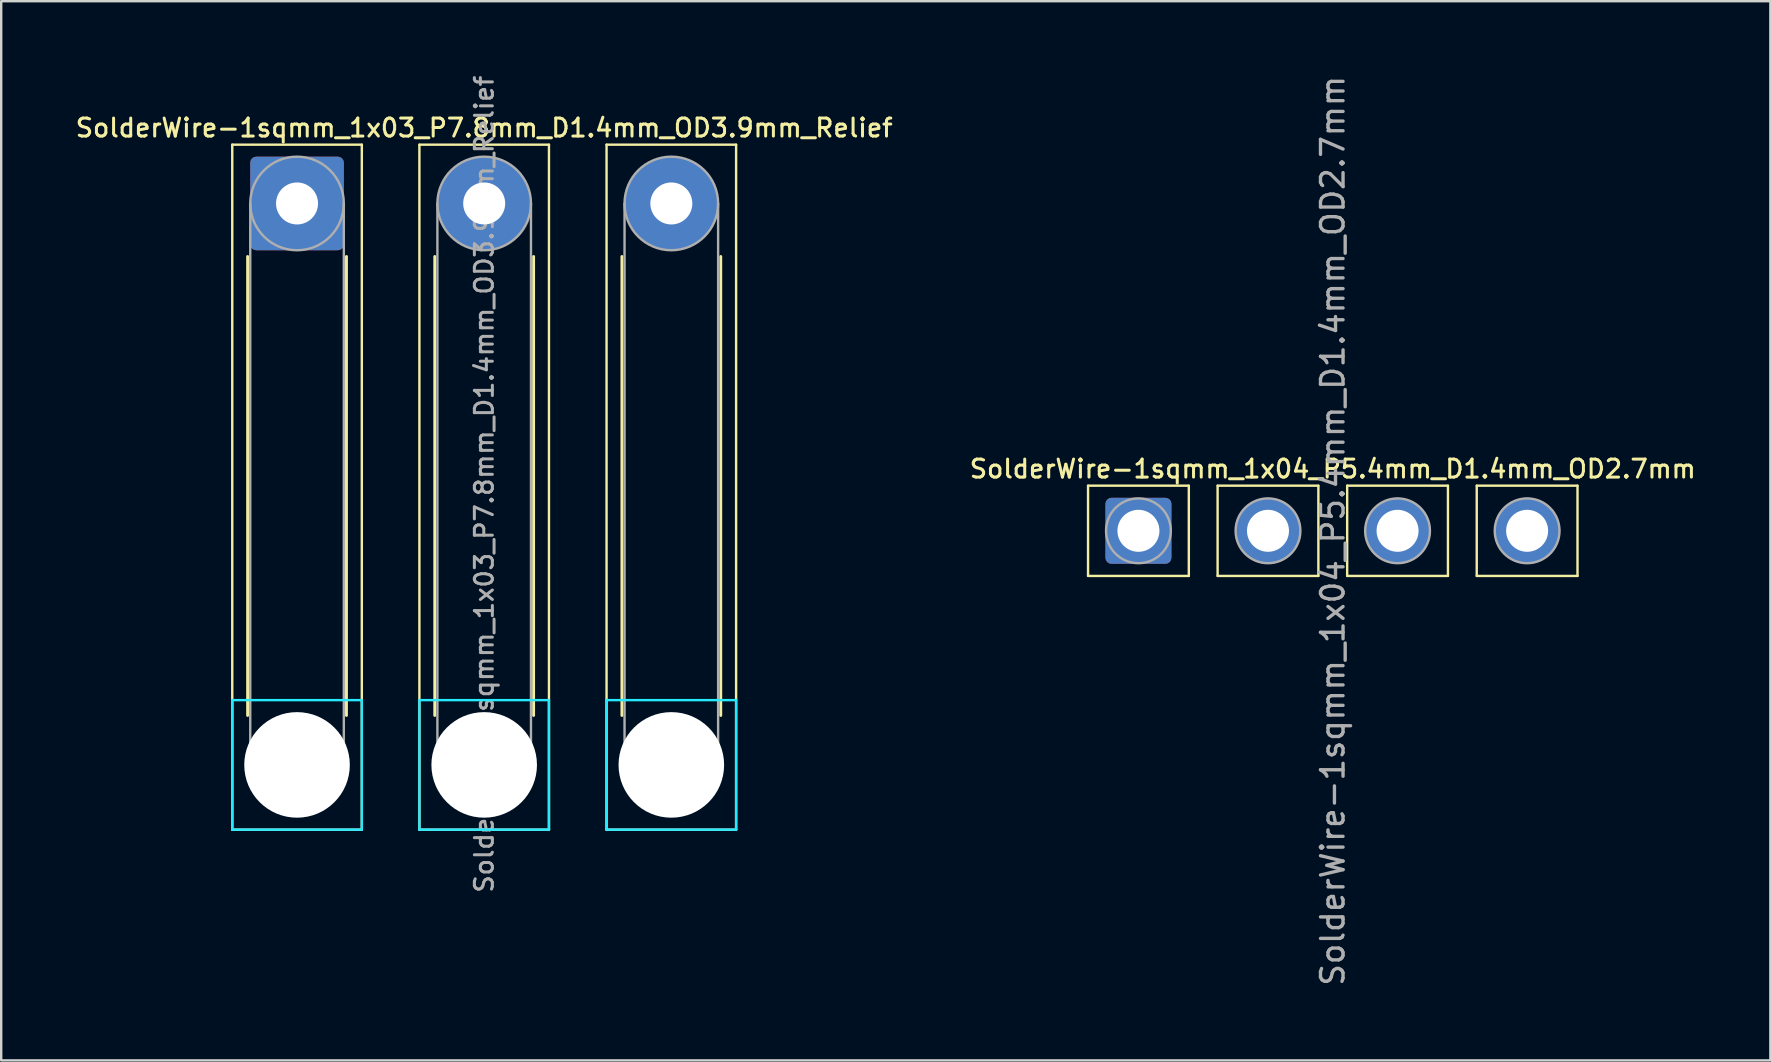
<source format=kicad_pcb>
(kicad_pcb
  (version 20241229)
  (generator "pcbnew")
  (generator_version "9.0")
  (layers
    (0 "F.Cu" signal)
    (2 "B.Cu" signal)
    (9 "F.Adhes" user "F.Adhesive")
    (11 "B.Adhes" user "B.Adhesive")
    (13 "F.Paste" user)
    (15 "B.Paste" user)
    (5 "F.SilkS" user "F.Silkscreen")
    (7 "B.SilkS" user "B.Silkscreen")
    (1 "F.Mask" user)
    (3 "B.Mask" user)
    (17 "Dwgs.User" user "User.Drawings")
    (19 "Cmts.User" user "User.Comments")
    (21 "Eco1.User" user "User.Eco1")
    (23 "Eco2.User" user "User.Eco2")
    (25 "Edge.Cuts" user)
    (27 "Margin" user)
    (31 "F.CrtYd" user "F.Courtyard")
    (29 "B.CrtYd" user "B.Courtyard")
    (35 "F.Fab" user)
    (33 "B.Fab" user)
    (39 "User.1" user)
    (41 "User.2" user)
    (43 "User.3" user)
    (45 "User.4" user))
  (footprint "SolderWire-1sqmm_1x04_P5.4mm_D1.4mm_OD2.7mm"
    (layer "F.Cu")
    (at 44.398 19.073)
    (property "Reference" "SolderWire-1sqmm_1x04_P5.4mm_D1.4mm_OD2.7mm" (at 8.1 -2.58 0) (layer "F.SilkS") (effects (font (size 0.75 0.75) (thickness 0.125))))
    (attr exclude_from_pos_files exclude_from_bom)
    (fp_line (start -2.1 -1.88) (end -2.1 1.88) (stroke (width 0.1) (type solid)) (layer "F.SilkS"))
    (fp_line (start -2.1 1.88) (end 2.1 1.88) (stroke (width 0.1) (type solid)) (layer "F.SilkS"))
    (fp_line (start 2.1 -1.88) (end -2.1 -1.88) (stroke (width 0.1) (type solid)) (layer "F.SilkS"))
    (fp_line (start 2.1 1.88) (end 2.1 -1.88) (stroke (width 0.1) (type solid)) (layer "F.SilkS"))
    (fp_line (start 3.3 -1.88) (end 3.3 1.88) (stroke (width 0.1) (type solid)) (layer "F.SilkS"))
    (fp_line (start 3.3 1.88) (end 7.5 1.88) (stroke (width 0.1) (type solid)) (layer "F.SilkS"))
    (fp_line (start 7.5 -1.88) (end 3.3 -1.88) (stroke (width 0.1) (type solid)) (layer "F.SilkS"))
    (fp_line (start 7.5 1.88) (end 7.5 -1.88) (stroke (width 0.1) (type solid)) (layer "F.SilkS"))
    (fp_line (start 8.7 -1.88) (end 8.7 1.88) (stroke (width 0.1) (type solid)) (layer "F.SilkS"))
    (fp_line (start 8.7 1.88) (end 12.9 1.88) (stroke (width 0.1) (type solid)) (layer "F.SilkS"))
    (fp_line (start 12.9 -1.88) (end 8.7 -1.88) (stroke (width 0.1) (type solid)) (layer "F.SilkS"))
    (fp_line (start 12.9 1.88) (end 12.9 -1.88) (stroke (width 0.1) (type solid)) (layer "F.SilkS"))
    (fp_line (start 14.1 -1.88) (end 14.1 1.88) (stroke (width 0.1) (type solid)) (layer "F.SilkS"))
    (fp_line (start 14.1 1.88) (end 18.3 1.88) (stroke (width 0.1) (type solid)) (layer "F.SilkS"))
    (fp_line (start 18.3 -1.88) (end 14.1 -1.88) (stroke (width 0.1) (type solid)) (layer "F.SilkS"))
    (fp_line (start 18.3 1.88) (end 18.3 -1.88) (stroke (width 0.1) (type solid)) (layer "F.SilkS"))
    (fp_circle (center 0 0) (end 1.35 0) (stroke (width 0.1) (type solid)) (fill no) (layer "F.Fab"))
    (fp_circle (center 5.4 0) (end 6.75 0) (stroke (width 0.1) (type solid)) (fill no) (layer "F.Fab"))
    (fp_circle (center 10.8 0) (end 12.15 0) (stroke (width 0.1) (type solid)) (fill no) (layer "F.Fab"))
    (fp_circle (center 16.2 0) (end 17.55 0) (stroke (width 0.1) (type solid)) (fill no) (layer "F.Fab"))
    (fp_text user "${REFERENCE}" (at 8.1 0 90) (layer "F.Fab") (effects (font (size 0.94 0.94) (thickness 0.14))))
    (pad "1" thru_hole roundrect (at 0 0) (size 2.75 2.75) (drill 1.75) (layers "*.Cu" "*.Mask") (roundrect_rratio 0.091))
    (pad "2" thru_hole circle (at 5.4 0) (size 2.75 2.75) (drill 1.75) (layers "*.Cu" "*.Mask"))
    (pad "3" thru_hole circle (at 10.8 0) (size 2.75 2.75) (drill 1.75) (layers "*.Cu" "*.Mask"))
    (pad "4" thru_hole circle (at 16.2 0) (size 2.75 2.75) (drill 1.75) (layers "*.Cu" "*.Mask")))
  (footprint "SolderWire-1sqmm_1x03_P7.8mm_D1.4mm_OD3.9mm_Relief"
    (layer "F.Cu")
    (at 9.33 5.43)
    (property "Reference" "SolderWire-1sqmm_1x03_P7.8mm_D1.4mm_OD3.9mm_Relief" (at 7.8 -3.15 0) (layer "F.SilkS") (effects (font (size 0.75 0.75) (thickness 0.125))))
    (attr exclude_from_pos_files exclude_from_bom)
    (fp_line (start -2.7 -2.45) (end -2.7 26.1) (stroke (width 0.1) (type solid)) (layer "F.SilkS"))
    (fp_line (start -2.7 26.1) (end 2.7 26.1) (stroke (width 0.1) (type solid)) (layer "F.SilkS"))
    (fp_line (start -2.06 2.21) (end -2.06 21.34) (stroke (width 0.12) (type solid)) (layer "F.SilkS"))
    (fp_line (start 2.06 2.21) (end 2.06 21.34) (stroke (width 0.12) (type solid)) (layer "F.SilkS"))
    (fp_line (start 2.7 -2.45) (end -2.7 -2.45) (stroke (width 0.1) (type solid)) (layer "F.SilkS"))
    (fp_line (start 2.7 26.1) (end 2.7 -2.45) (stroke (width 0.1) (type solid)) (layer "F.SilkS"))
    (fp_line (start 5.1 -2.45) (end 5.1 26.1) (stroke (width 0.1) (type solid)) (layer "F.SilkS"))
    (fp_line (start 5.1 26.1) (end 10.5 26.1) (stroke (width 0.1) (type solid)) (layer "F.SilkS"))
    (fp_line (start 5.74 2.21) (end 5.74 21.34) (stroke (width 0.12) (type solid)) (layer "F.SilkS"))
    (fp_line (start 9.86 2.21) (end 9.86 21.34) (stroke (width 0.12) (type solid)) (layer "F.SilkS"))
    (fp_line (start 10.5 -2.45) (end 5.1 -2.45) (stroke (width 0.1) (type solid)) (layer "F.SilkS"))
    (fp_line (start 10.5 26.1) (end 10.5 -2.45) (stroke (width 0.1) (type solid)) (layer "F.SilkS"))
    (fp_line (start 12.9 -2.45) (end 12.9 26.1) (stroke (width 0.1) (type solid)) (layer "F.SilkS"))
    (fp_line (start 12.9 26.1) (end 18.3 26.1) (stroke (width 0.1) (type solid)) (layer "F.SilkS"))
    (fp_line (start 13.54 2.21) (end 13.54 21.34) (stroke (width 0.12) (type solid)) (layer "F.SilkS"))
    (fp_line (start 17.66 2.21) (end 17.66 21.34) (stroke (width 0.12) (type solid)) (layer "F.SilkS"))
    (fp_line (start 18.3 -2.45) (end 12.9 -2.45) (stroke (width 0.1) (type solid)) (layer "F.SilkS"))
    (fp_line (start 18.3 26.1) (end 18.3 -2.45) (stroke (width 0.1) (type solid)) (layer "F.SilkS"))
    (fp_line (start -2.7 20.7) (end -2.7 26.1) (stroke (width 0.1) (type solid)) (layer "B.CrtYd"))
    (fp_line (start -2.7 26.1) (end 2.7 26.1) (stroke (width 0.1) (type solid)) (layer "B.CrtYd"))
    (fp_line (start 2.7 20.7) (end -2.7 20.7) (stroke (width 0.1) (type solid)) (layer "B.CrtYd"))
    (fp_line (start 2.7 26.1) (end 2.7 20.7) (stroke (width 0.1) (type solid)) (layer "B.CrtYd"))
    (fp_line (start 5.1 20.7) (end 5.1 26.1) (stroke (width 0.1) (type solid)) (layer "B.CrtYd"))
    (fp_line (start 5.1 26.1) (end 10.5 26.1) (stroke (width 0.1) (type solid)) (layer "B.CrtYd"))
    (fp_line (start 10.5 20.7) (end 5.1 20.7) (stroke (width 0.1) (type solid)) (layer "B.CrtYd"))
    (fp_line (start 10.5 26.1) (end 10.5 20.7) (stroke (width 0.1) (type solid)) (layer "B.CrtYd"))
    (fp_line (start 12.9 20.7) (end 12.9 26.1) (stroke (width 0.1) (type solid)) (layer "B.CrtYd"))
    (fp_line (start 12.9 26.1) (end 18.3 26.1) (stroke (width 0.1) (type solid)) (layer "B.CrtYd"))
    (fp_line (start 18.3 20.7) (end 12.9 20.7) (stroke (width 0.1) (type solid)) (layer "B.CrtYd"))
    (fp_line (start 18.3 26.1) (end 18.3 20.7) (stroke (width 0.1) (type solid)) (layer "B.CrtYd"))
    (fp_line (start -1.95 0) (end -1.95 23.4) (stroke (width 0.1) (type solid)) (layer "F.Fab"))
    (fp_line (start 1.95 0) (end 1.95 23.4) (stroke (width 0.1) (type solid)) (layer "F.Fab"))
    (fp_line (start 5.85 0) (end 5.85 23.4) (stroke (width 0.1) (type solid)) (layer "F.Fab"))
    (fp_line (start 9.75 0) (end 9.75 23.4) (stroke (width 0.1) (type solid)) (layer "F.Fab"))
    (fp_line (start 13.65 0) (end 13.65 23.4) (stroke (width 0.1) (type solid)) (layer "F.Fab"))
    (fp_line (start 17.55 0) (end 17.55 23.4) (stroke (width 0.1) (type solid)) (layer "F.Fab"))
    (fp_circle (center 0 0) (end 1.95 0) (stroke (width 0.1) (type solid)) (fill no) (layer "F.Fab"))
    (fp_circle (center 0 23.4) (end 1.95 23.4) (stroke (width 0.1) (type solid)) (fill no) (layer "F.Fab"))
    (fp_circle (center 7.8 0) (end 9.75 0) (stroke (width 0.1) (type solid)) (fill no) (layer "F.Fab"))
    (fp_circle (center 7.8 23.4) (end 9.75 23.4) (stroke (width 0.1) (type solid)) (fill no) (layer "F.Fab"))
    (fp_circle (center 15.6 0) (end 17.55 0) (stroke (width 0.1) (type solid)) (fill no) (layer "F.Fab"))
    (fp_circle (center 15.6 23.4) (end 17.55 23.4) (stroke (width 0.1) (type solid)) (fill no) (layer "F.Fab"))
    (fp_text user "${REFERENCE}" (at 7.8 11.7 90) (layer "F.Fab") (effects (font (size 0.75 0.75) (thickness 0.125))))
    (pad "" np_thru_hole circle (at 0 23.4) (size 4.4 4.4) (drill 4.4) (layers "*.Cu" "*.Mask"))
    (pad "" np_thru_hole circle (at 7.8 23.4) (size 4.4 4.4) (drill 4.4) (layers "*.Cu" "*.Mask"))
    (pad "" np_thru_hole circle (at 15.6 23.4) (size 4.4 4.4) (drill 4.4) (layers "*.Cu" "*.Mask"))
    (pad "1" thru_hole roundrect (at 0 0) (size 3.9 3.9) (drill 1.75) (layers "*.Cu" "*.Mask") (roundrect_rratio 0.064))
    (pad "2" thru_hole circle (at 7.8 0) (size 3.9 3.9) (drill 1.75) (layers "*.Cu" "*.Mask"))
    (pad "3" thru_hole circle (at 15.6 0) (size 3.9 3.9) (drill 1.75) (layers "*.Cu" "*.Mask")))
  (gr_rect
    (start -3 -3)
    (end 70.736 41.145)
    (stroke (width 0.1) (type default))
    (fill no)
    (layer "Edge.Cuts")))
</source>
